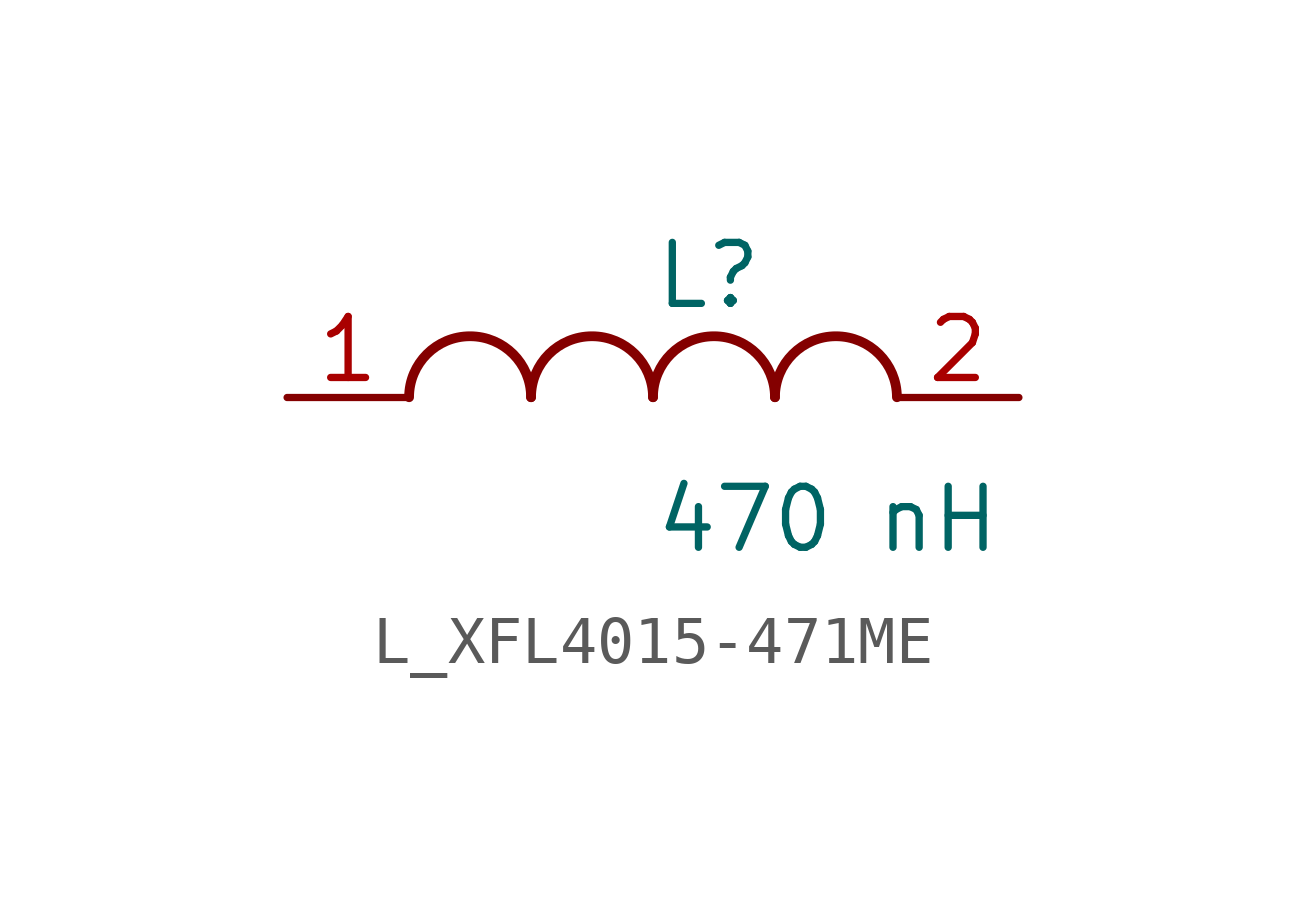
<source format=kicad_sym>
(kicad_symbol_lib
  (version 20231120)
  (generator kicad_symbol_editor)
  (generator_version 8.0)
  (symbol "L_XFL4015-471ME"
    (pin_names
      (offset 0.254))
    (property "Reference" "L"
      (at 0 2.54 0)
      (effects (font (size 1.27 1.27)) (justify left)))
    (property "Value" "470 nH"
      (at 0 -2.54 0)
      (effects (font (size 1.27 1.27)) (justify left)))
    (symbol "L_XFL4015-471ME_1_1"
      (arc (start -2.54 0.0056) (mid -3.81 1.27) (end -5.08 0.0056) (stroke (width 0.2032) (type default)) (fill (type none)))
      (arc (start 0 0.0056) (mid -1.27 1.27) (end -2.54 0.0056) (stroke (width 0.2032) (type default)) (fill (type none)))
      (arc (start 2.54 0.0056) (mid 1.27 1.27) (end 0 0.0056) (stroke (width 0.2032) (type default)) (fill (type none)))
      (arc (start 5.08 0.0056) (mid 3.81 1.27) (end 2.54 0.0056) (stroke (width 0.2032) (type default)) (fill (type none)))
      (pin unspecified line (at -7.62 0 0) (length 2.54) (name "" (effects (font (size 1.27 1.27)))) (number "1" (effects (font (size 1.27 1.27)))))
      (pin unspecified line (at 7.62 0 180) (length 2.54) (name "" (effects (font (size 1.27 1.27)))) (number "2" (effects (font (size 1.27 1.27))))))))
</source>
